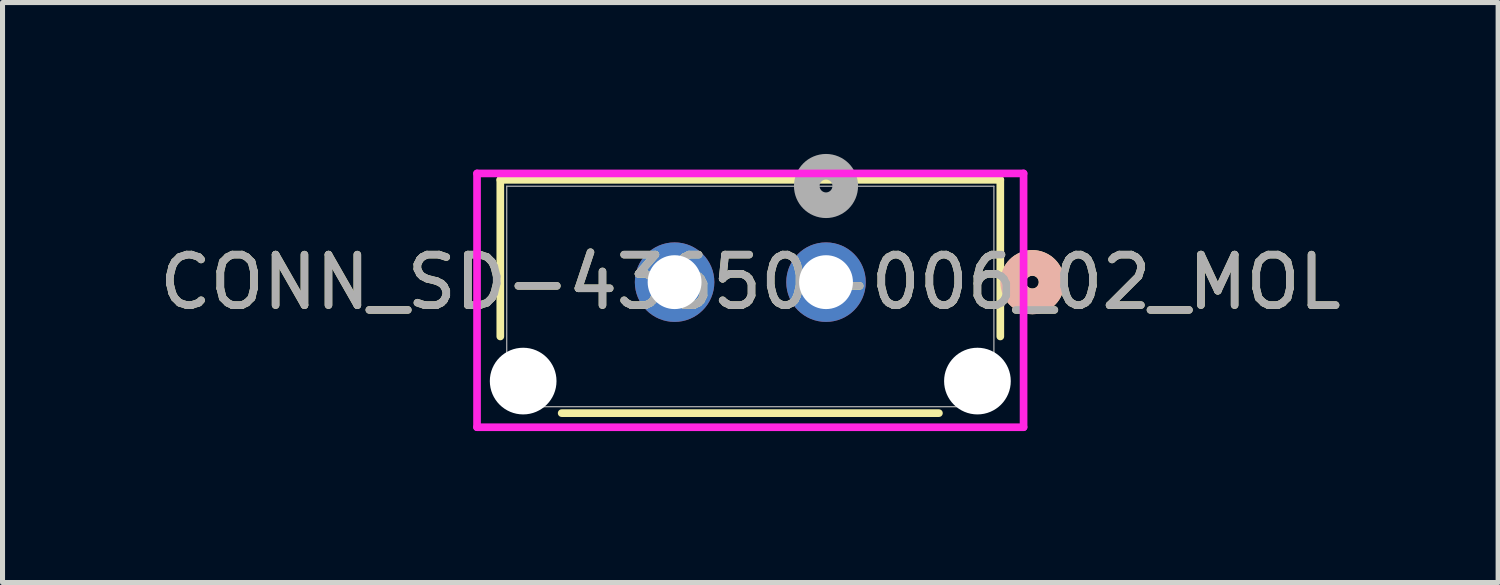
<source format=kicad_pcb>
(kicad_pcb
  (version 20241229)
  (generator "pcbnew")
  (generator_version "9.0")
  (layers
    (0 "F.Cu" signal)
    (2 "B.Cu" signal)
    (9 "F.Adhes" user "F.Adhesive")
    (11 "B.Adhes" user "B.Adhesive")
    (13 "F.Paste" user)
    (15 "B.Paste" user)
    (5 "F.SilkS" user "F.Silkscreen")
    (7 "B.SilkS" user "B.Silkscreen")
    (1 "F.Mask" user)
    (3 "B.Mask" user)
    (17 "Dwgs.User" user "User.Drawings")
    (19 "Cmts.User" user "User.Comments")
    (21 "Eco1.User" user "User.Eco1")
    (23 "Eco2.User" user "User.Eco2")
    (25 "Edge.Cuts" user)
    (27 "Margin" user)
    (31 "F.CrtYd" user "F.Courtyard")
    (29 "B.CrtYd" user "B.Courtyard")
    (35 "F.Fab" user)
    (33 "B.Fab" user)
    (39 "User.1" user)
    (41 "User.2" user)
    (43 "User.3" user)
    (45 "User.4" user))
  (footprint "CONN_SD-43650-006_02_MOL"
    (layer "F.Cu")
    (at 11.815 2.824)
    (property "Reference" "CONN_SD-43650-006_02_MOL" (at 0 -0.284 0) (unlocked yes) (layer "F.SilkS") (effects (font (size 1 1) (thickness 0.15))))
    (attr through_hole)
    (fp_line (start -4.953 -2.311) (end -4.953 0.792) (stroke (width 0.152) (type solid)) (layer "F.SilkS"))
    (fp_line (start -3.737 2.311) (end 3.737 2.311) (stroke (width 0.152) (type solid)) (layer "F.SilkS"))
    (fp_line (start 4.953 -2.311) (end -4.953 -2.311) (stroke (width 0.152) (type solid)) (layer "F.SilkS"))
    (fp_line (start 4.953 0.792) (end 4.953 -2.311) (stroke (width 0.152) (type solid)) (layer "F.SilkS"))
    (fp_circle (center 5.588 -0.284) (end 5.969 -0.284) (stroke (width 0.508) (type solid)) (fill no) (layer "F.SilkS"))
    (fp_circle (center 5.588 -0.284) (end 5.969 -0.284) (stroke (width 0.508) (type solid)) (fill no) (layer "B.SilkS"))
    (fp_line (start -5.414 -2.438) (end -5.414 2.59) (stroke (width 0.152) (type solid)) (layer "F.CrtYd"))
    (fp_line (start -5.414 2.59) (end 5.414 2.59) (stroke (width 0.152) (type solid)) (layer "F.CrtYd"))
    (fp_line (start 5.414 -2.438) (end -5.414 -2.438) (stroke (width 0.152) (type solid)) (layer "F.CrtYd"))
    (fp_line (start 5.414 2.59) (end 5.414 -2.438) (stroke (width 0.152) (type solid)) (layer "F.CrtYd"))
    (fp_line (start -4.826 -2.184) (end -4.826 2.184) (stroke (width 0.025) (type solid)) (layer "F.Fab"))
    (fp_line (start -4.826 2.184) (end 4.826 2.184) (stroke (width 0.025) (type solid)) (layer "F.Fab"))
    (fp_line (start 4.826 -2.184) (end -4.826 -2.184) (stroke (width 0.025) (type solid)) (layer "F.Fab"))
    (fp_line (start 4.826 2.184) (end 4.826 -2.184) (stroke (width 0.025) (type solid)) (layer "F.Fab"))
    (fp_circle (center 1.5 -2.189) (end 1.881 -2.189) (stroke (width 0.508) (type solid)) (fill no) (layer "F.Fab"))
    (fp_text user "${REFERENCE}" (at 0 -0.284 0) (unlocked yes) (layer "F.Fab") (effects (font (size 1 1) (thickness 0.15))))
    (pad "" np_thru_hole circle (at -4.5 1.676) (size 1.321 1.321) (drill 1.321) (layers "*.Cu" "*.Mask"))
    (pad "" np_thru_hole circle (at 4.5 1.676) (size 1.321 1.321) (drill 1.321) (layers "*.Cu" "*.Mask"))
    (pad "1" thru_hole circle (at 1.5 -0.284) (size 1.575 1.575) (drill 1.067) (layers "*.Cu" "*.Mask"))
    (pad "2" thru_hole circle (at -1.5 -0.284) (size 1.575 1.575) (drill 1.067) (layers "*.Cu" "*.Mask")))
  (gr_rect
    (start -3 -3)
    (end 26.631 8.491)
    (stroke (width 0.1) (type default))
    (fill no)
    (layer "Edge.Cuts")))
</source>
